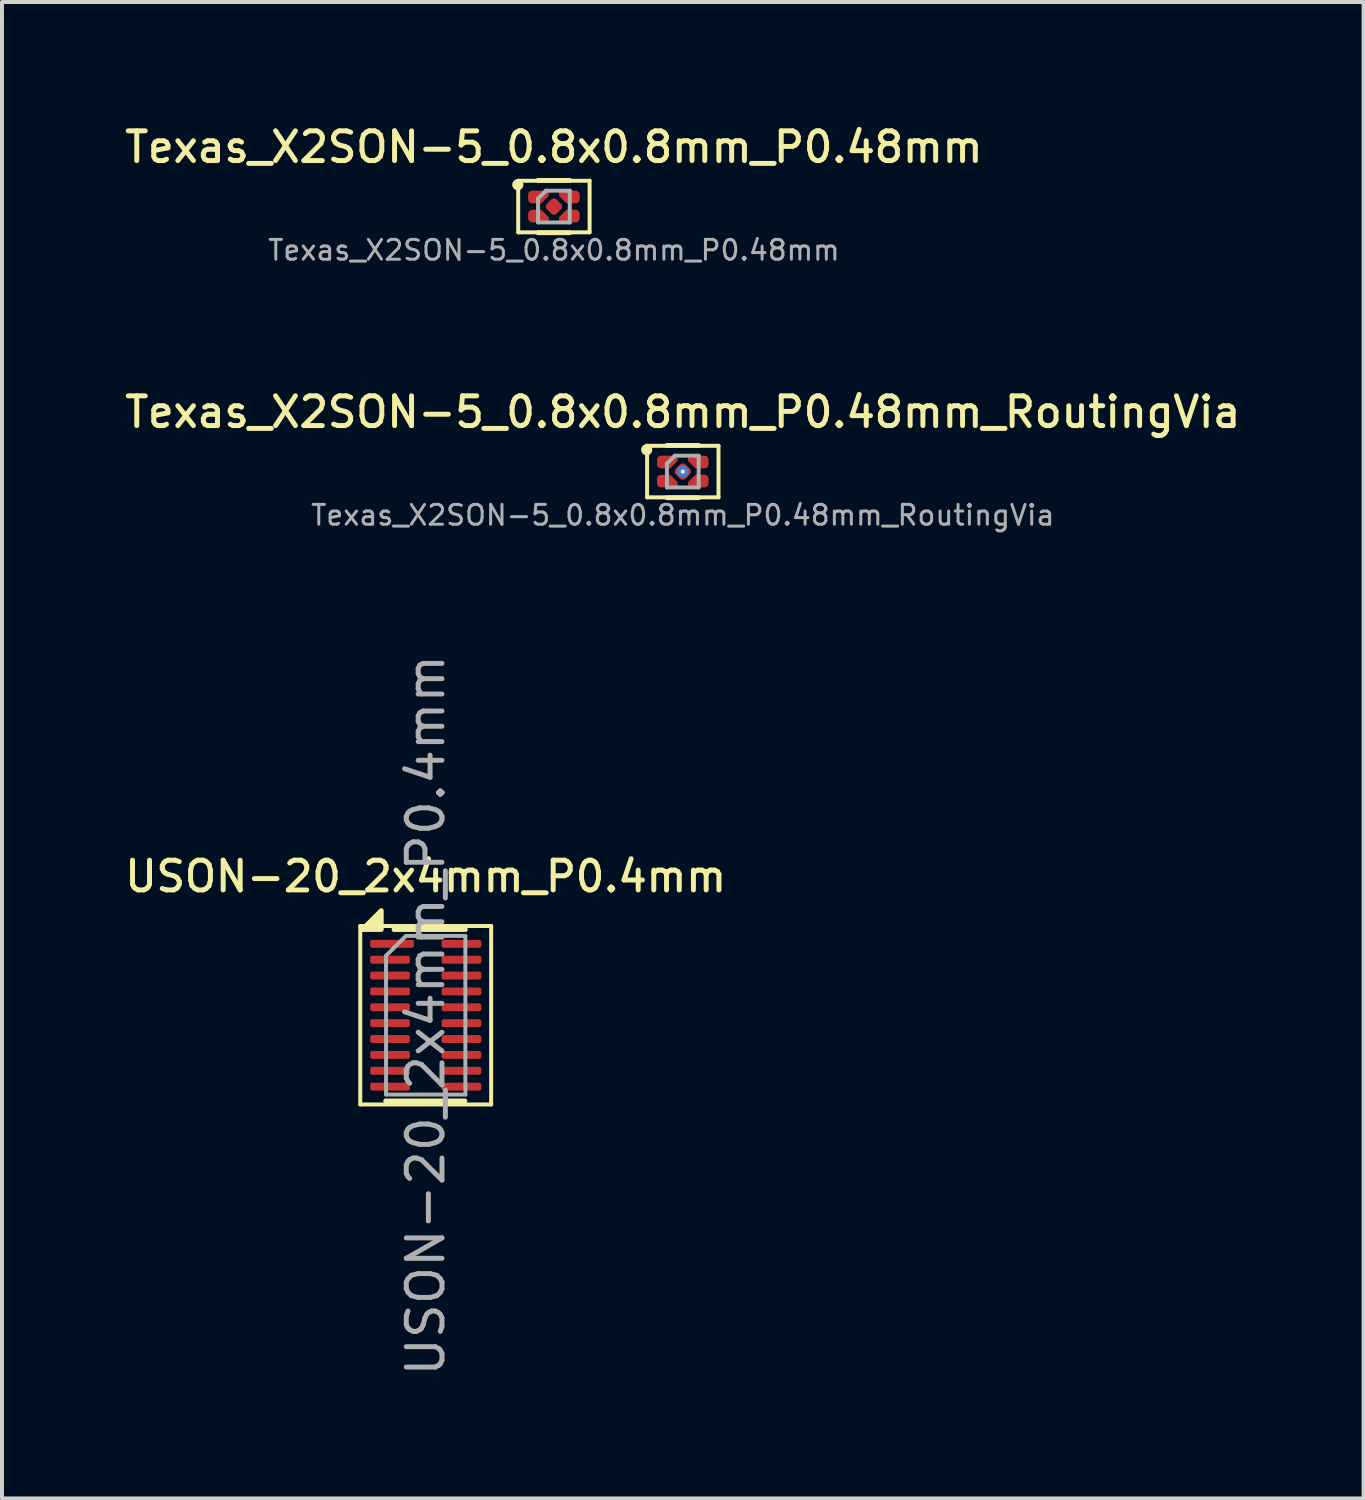
<source format=kicad_pcb>
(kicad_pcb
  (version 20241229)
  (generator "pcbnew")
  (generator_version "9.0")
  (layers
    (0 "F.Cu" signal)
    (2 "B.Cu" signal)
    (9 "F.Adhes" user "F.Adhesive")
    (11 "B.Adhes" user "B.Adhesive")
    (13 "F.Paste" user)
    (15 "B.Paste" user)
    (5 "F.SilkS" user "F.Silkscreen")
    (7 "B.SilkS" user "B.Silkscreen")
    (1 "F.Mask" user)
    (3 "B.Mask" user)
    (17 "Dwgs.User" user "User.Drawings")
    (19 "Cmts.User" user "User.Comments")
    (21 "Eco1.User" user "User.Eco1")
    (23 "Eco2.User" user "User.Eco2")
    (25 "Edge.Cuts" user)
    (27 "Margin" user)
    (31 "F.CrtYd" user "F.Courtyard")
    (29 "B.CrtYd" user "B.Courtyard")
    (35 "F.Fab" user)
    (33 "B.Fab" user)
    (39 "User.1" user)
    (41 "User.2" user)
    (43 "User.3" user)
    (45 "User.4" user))
  (footprint "Texas_X2SON-5_0.8x0.8mm_P0.48mm_RoutingVia"
    (layer "F.Cu")
    (at 14.166 8.84)
    (property "Reference" "Texas_X2SON-5_0.8x0.8mm_P0.48mm_RoutingVia" (at 0 -1.5 0) (layer "F.SilkS") (effects (font (size 0.75 0.75) (thickness 0.125))))
    (attr smd)
    (fp_line (start -0.9 -0.65) (end 0.9 -0.65) (stroke (width 0.1) (type solid)) (layer "F.SilkS"))
    (fp_line (start -0.9 0.65) (end -0.9 -0.65) (stroke (width 0.1) (type solid)) (layer "F.SilkS"))
    (fp_line (start -0.4 -0.66) (end 0.4 -0.66) (stroke (width 0.12) (type solid)) (layer "F.SilkS"))
    (fp_line (start -0.4 0.66) (end 0.4 0.66) (stroke (width 0.12) (type solid)) (layer "F.SilkS"))
    (fp_line (start 0.9 -0.65) (end 0.9 0.65) (stroke (width 0.1) (type solid)) (layer "F.SilkS"))
    (fp_line (start 0.9 0.65) (end -0.9 0.65) (stroke (width 0.1) (type solid)) (layer "F.SilkS"))
    (fp_circle (center -0.91 -0.55) (end -0.77 -0.56) (stroke (width 0) (type solid)) (fill yes) (layer "F.SilkS"))
    (fp_line (start -0.4 -0.2) (end -0.2 -0.4) (stroke (width 0.1) (type solid)) (layer "F.Fab"))
    (fp_line (start -0.4 0.4) (end -0.4 -0.2) (stroke (width 0.1) (type solid)) (layer "F.Fab"))
    (fp_line (start -0.2 -0.4) (end 0.4 -0.4) (stroke (width 0.1) (type solid)) (layer "F.Fab"))
    (fp_line (start 0.4 -0.4) (end 0.4 0.4) (stroke (width 0.1) (type solid)) (layer "F.Fab"))
    (fp_line (start 0.4 0.4) (end -0.4 0.4) (stroke (width 0.1) (type solid)) (layer "F.Fab"))
    (fp_text user "${REFERENCE}" (at 0 1.1 0) (unlocked yes) (layer "F.Fab") (effects (font (size 0.5 0.5) (thickness 0.075))))
    (pad "" smd custom (at -0.39 -0.24) (size 0.15 0.15) (layers "F.Mask" "F.Paste") (options (anchor circle)) (primitives (gr_poly (pts (xy 0.05 0.11) (xy 0.21 -0.05) (xy 0.21 -0.11) (xy -0.16 -0.11) (xy -0.195 -0.095) (xy -0.21 -0.06) (xy -0.21 0.06) (xy -0.195 0.095) (xy -0.16 0.11)) (width 0) (fill yes))))
    (pad "" smd custom (at -0.39 0.24) (size 0.05 0.05) (layers "F.Mask" "F.Paste") (options (anchor circle)) (primitives (gr_poly (pts (xy -0.16 -0.11) (xy 0.05 -0.11) (xy 0.21 0.05) (xy 0.21 0.11) (xy -0.16 0.11) (xy -0.195 0.095) (xy -0.21 0.06) (xy -0.21 -0.06) (xy -0.195 -0.095)) (width 0) (fill yes))))
    (pad "" smd custom (at 0.39 -0.24) (size 0.05 0.05) (layers "F.Mask" "F.Paste") (options (anchor circle)) (primitives (gr_poly (pts (xy 0.16 0.11) (xy -0.05 0.11) (xy -0.21 -0.05) (xy -0.21 -0.11) (xy 0.16 -0.11) (xy 0.195 -0.095) (xy 0.21 -0.06) (xy 0.21 0.06) (xy 0.195 0.095)) (width 0) (fill yes))))
    (pad "" smd custom (at 0.39 0.24) (size 0.15 0.15) (layers "F.Paste") (options (anchor circle)) (primitives (gr_poly (pts (xy -0.05 -0.11) (xy -0.21 0.05) (xy -0.21 0.11) (xy 0.16 0.11) (xy 0.195 0.095) (xy 0.21 0.06) (xy 0.21 -0.06) (xy 0.195 -0.095) (xy 0.16 -0.11)) (width 0) (fill yes))))
    (pad "1" smd custom (at -0.39 -0.24) (size 0.15 0.15) (layers "F.Cu" "F.Mask") (options (anchor circle)) (primitives (gr_poly (pts (xy 0.071 0.16) (xy 0.26 -0.029) (xy 0.26 -0.16) (xy -0.16 -0.16) (xy -0.21 -0.147) (xy -0.247 -0.11) (xy -0.26 -0.06) (xy -0.26 0.06) (xy -0.247 0.11) (xy -0.21 0.147) (xy -0.16 0.16)) (width 0) (fill yes))))
    (pad "2" smd custom (at -0.39 0.24) (size 0.05 0.05) (layers "F.Cu" "F.Mask") (options (anchor circle)) (primitives (gr_poly (pts (xy -0.21 -0.147) (xy -0.16 -0.16) (xy 0.071 -0.16) (xy 0.26 0.029) (xy 0.26 0.16) (xy -0.16 0.16) (xy -0.21 0.147) (xy -0.247 0.11) (xy -0.26 0.06) (xy -0.26 -0.06) (xy -0.247 -0.11)) (width 0) (fill yes))))
    (pad "3" thru_hole circle (at 0 0) (size 0.305 0.305) (drill 0.102) (layers "*.Cu" "*.Mask"))
    (pad "3" smd roundrect (at 0 0 45) (size 0.35 0.35) (layers "F.Cu" "F.Mask" "F.Paste") (roundrect_rratio 0.286))
    (pad "4" smd custom (at 0.39 0.24) (size 0.15 0.15) (layers "F.Cu" "F.Mask") (options (anchor circle)) (primitives (gr_poly (pts (xy -0.071 -0.16) (xy -0.26 0.029) (xy -0.26 0.16) (xy 0.16 0.16) (xy 0.21 0.147) (xy 0.247 0.11) (xy 0.26 0.06) (xy 0.26 -0.06) (xy 0.247 -0.11) (xy 0.21 -0.147) (xy 0.16 -0.16)) (width 0) (fill yes))))
    (pad "5" smd custom (at 0.39 -0.24) (size 0.05 0.05) (layers "F.Cu" "F.Mask") (options (anchor circle)) (primitives (gr_poly (pts (xy 0.21 0.147) (xy 0.16 0.16) (xy -0.071 0.16) (xy -0.26 -0.029) (xy -0.26 -0.16) (xy 0.16 -0.16) (xy 0.21 -0.147) (xy 0.247 -0.11) (xy 0.26 -0.06) (xy 0.26 0.06) (xy 0.247 0.11)) (width 0) (fill yes)))))
  (footprint "Texas_X2SON-5_0.8x0.8mm_P0.48mm"
    (layer "F.Cu")
    (at 10.916 2.158)
    (property "Reference" "Texas_X2SON-5_0.8x0.8mm_P0.48mm" (at 0 -1.5 0) (layer "F.SilkS") (effects (font (size 0.75 0.75) (thickness 0.125))))
    (attr smd)
    (fp_line (start -0.9 -0.65) (end 0.9 -0.65) (stroke (width 0.1) (type solid)) (layer "F.SilkS"))
    (fp_line (start -0.9 0.65) (end -0.9 -0.65) (stroke (width 0.1) (type solid)) (layer "F.SilkS"))
    (fp_line (start -0.4 -0.66) (end 0.4 -0.66) (stroke (width 0.12) (type solid)) (layer "F.SilkS"))
    (fp_line (start -0.4 0.66) (end 0.4 0.66) (stroke (width 0.12) (type solid)) (layer "F.SilkS"))
    (fp_line (start 0.9 -0.65) (end 0.9 0.65) (stroke (width 0.1) (type solid)) (layer "F.SilkS"))
    (fp_line (start 0.9 0.65) (end -0.9 0.65) (stroke (width 0.1) (type solid)) (layer "F.SilkS"))
    (fp_circle (center -0.91 -0.55) (end -0.77 -0.56) (stroke (width 0) (type solid)) (fill yes) (layer "F.SilkS"))
    (fp_line (start -0.4 -0.2) (end -0.2 -0.4) (stroke (width 0.1) (type solid)) (layer "F.Fab"))
    (fp_line (start -0.4 0.4) (end -0.4 -0.2) (stroke (width 0.1) (type solid)) (layer "F.Fab"))
    (fp_line (start -0.2 -0.4) (end 0.4 -0.4) (stroke (width 0.1) (type solid)) (layer "F.Fab"))
    (fp_line (start 0.4 -0.4) (end 0.4 0.4) (stroke (width 0.1) (type solid)) (layer "F.Fab"))
    (fp_line (start 0.4 0.4) (end -0.4 0.4) (stroke (width 0.1) (type solid)) (layer "F.Fab"))
    (fp_text user "${REFERENCE}" (at 0 1.1 0) (unlocked yes) (layer "F.Fab") (effects (font (size 0.5 0.5) (thickness 0.075))))
    (pad "" smd custom (at -0.39 -0.24) (size 0.15 0.15) (layers "F.Mask" "F.Paste") (options (anchor circle)) (primitives (gr_poly (pts (xy 0.05 0.11) (xy 0.21 -0.05) (xy 0.21 -0.11) (xy -0.16 -0.11) (xy -0.195 -0.095) (xy -0.21 -0.06) (xy -0.21 0.06) (xy -0.195 0.095) (xy -0.16 0.11)) (width 0) (fill yes))))
    (pad "" smd custom (at -0.39 0.24) (size 0.05 0.05) (layers "F.Mask" "F.Paste") (options (anchor circle)) (primitives (gr_poly (pts (xy -0.16 -0.11) (xy 0.05 -0.11) (xy 0.21 0.05) (xy 0.21 0.11) (xy -0.16 0.11) (xy -0.195 0.095) (xy -0.21 0.06) (xy -0.21 -0.06) (xy -0.195 -0.095)) (width 0) (fill yes))))
    (pad "" smd custom (at 0.39 -0.24) (size 0.05 0.05) (layers "F.Mask" "F.Paste") (options (anchor circle)) (primitives (gr_poly (pts (xy 0.16 0.11) (xy -0.05 0.11) (xy -0.21 -0.05) (xy -0.21 -0.11) (xy 0.16 -0.11) (xy 0.195 -0.095) (xy 0.21 -0.06) (xy 0.21 0.06) (xy 0.195 0.095)) (width 0) (fill yes))))
    (pad "" smd custom (at 0.39 0.24) (size 0.15 0.15) (layers "F.Paste") (options (anchor circle)) (primitives (gr_poly (pts (xy -0.05 -0.11) (xy -0.21 0.05) (xy -0.21 0.11) (xy 0.16 0.11) (xy 0.195 0.095) (xy 0.21 0.06) (xy 0.21 -0.06) (xy 0.195 -0.095) (xy 0.16 -0.11)) (width 0) (fill yes))))
    (pad "1" smd custom (at -0.39 -0.24) (size 0.15 0.15) (layers "F.Cu" "F.Mask") (options (anchor circle)) (primitives (gr_poly (pts (xy 0.071 0.16) (xy 0.26 -0.029) (xy 0.26 -0.16) (xy -0.16 -0.16) (xy -0.21 -0.147) (xy -0.247 -0.11) (xy -0.26 -0.06) (xy -0.26 0.06) (xy -0.247 0.11) (xy -0.21 0.147) (xy -0.16 0.16)) (width 0) (fill yes))))
    (pad "2" smd custom (at -0.39 0.24) (size 0.05 0.05) (layers "F.Cu" "F.Mask") (options (anchor circle)) (primitives (gr_poly (pts (xy -0.21 -0.147) (xy -0.16 -0.16) (xy 0.071 -0.16) (xy 0.26 0.029) (xy 0.26 0.16) (xy -0.16 0.16) (xy -0.21 0.147) (xy -0.247 0.11) (xy -0.26 0.06) (xy -0.26 -0.06) (xy -0.247 -0.11)) (width 0) (fill yes))))
    (pad "3" smd roundrect (at 0 0 45) (size 0.35 0.35) (layers "F.Cu" "F.Mask" "F.Paste") (roundrect_rratio 0.286))
    (pad "4" smd custom (at 0.39 0.24) (size 0.15 0.15) (layers "F.Cu" "F.Mask") (options (anchor circle)) (primitives (gr_poly (pts (xy -0.071 -0.16) (xy -0.26 0.029) (xy -0.26 0.16) (xy 0.16 0.16) (xy 0.21 0.147) (xy 0.247 0.11) (xy 0.26 0.06) (xy 0.26 -0.06) (xy 0.247 -0.11) (xy 0.21 -0.147) (xy 0.16 -0.16)) (width 0) (fill yes))))
    (pad "5" smd custom (at 0.39 -0.24) (size 0.05 0.05) (layers "F.Cu" "F.Mask") (options (anchor circle)) (primitives (gr_poly (pts (xy 0.21 0.147) (xy 0.16 0.16) (xy -0.071 0.16) (xy -0.26 -0.029) (xy -0.26 -0.16) (xy 0.16 -0.16) (xy 0.21 -0.147) (xy 0.247 -0.11) (xy 0.26 -0.06) (xy 0.26 0.06) (xy 0.247 0.11)) (width 0) (fill yes)))))
  (footprint "USON-20_2x4mm_P0.4mm"
    (layer "F.Cu")
    (at 7.684 22.548)
    (property "Reference" "USON-20_2x4mm_P0.4mm" (at 0 -3.5 0) (layer "F.SilkS") (effects (font (size 0.75 0.75) (thickness 0.125))))
    (attr smd)
    (fp_line (start -1.65 -2.25) (end 1.65 -2.25) (stroke (width 0.1) (type solid)) (layer "F.SilkS"))
    (fp_line (start -1.65 2.25) (end -1.65 -2.25) (stroke (width 0.1) (type solid)) (layer "F.SilkS"))
    (fp_line (start 0.99 2.16) (end -1.01 2.16) (stroke (width 0.12) (type solid)) (layer "F.SilkS"))
    (fp_line (start 1 -2.16) (end -0.8 -2.16) (stroke (width 0.12) (type solid)) (layer "F.SilkS"))
    (fp_line (start 1.65 -2.25) (end 1.65 2.25) (stroke (width 0.1) (type solid)) (layer "F.SilkS"))
    (fp_line (start 1.65 2.25) (end -1.65 2.25) (stroke (width 0.1) (type solid)) (layer "F.SilkS"))
    (fp_poly (pts (xy -1.12 -2.16) (xy -1.6 -2.16) (xy -1.12 -2.64) (xy -1.12 -2.16)) (stroke (width 0.12) (type solid)) (fill yes) (layer "F.SilkS"))
    (fp_line (start -1 2) (end -1 -1.5) (stroke (width 0.1) (type solid)) (layer "F.Fab"))
    (fp_line (start -0.5 -2) (end -1 -1.5) (stroke (width 0.1) (type solid)) (layer "F.Fab"))
    (fp_line (start -0.5 -2) (end 1 -2) (stroke (width 0.1) (type solid)) (layer "F.Fab"))
    (fp_line (start 1 -2) (end 1 2) (stroke (width 0.1) (type solid)) (layer "F.Fab"))
    (fp_line (start 1 2) (end -1 2) (stroke (width 0.1) (type solid)) (layer "F.Fab"))
    (fp_text user "${REFERENCE}" (at 0 0 90) (layer "F.Fab") (effects (font (size 0.9 0.9) (thickness 0.125))))
    (pad "1" smd roundrect (at -0.85 -1.8 270) (size 0.2 1.1) (layers "F.Cu" "F.Mask" "F.Paste") (roundrect_rratio 0.25))
    (pad "2" smd roundrect (at -0.9 -1.4 270) (size 0.2 1) (layers "F.Cu" "F.Mask" "F.Paste") (roundrect_rratio 0.25))
    (pad "3" smd roundrect (at -0.9 -1 270) (size 0.2 1) (layers "F.Cu" "F.Mask" "F.Paste") (roundrect_rratio 0.25))
    (pad "4" smd roundrect (at -0.9 -0.6 270) (size 0.2 1) (layers "F.Cu" "F.Mask" "F.Paste") (roundrect_rratio 0.25))
    (pad "5" smd roundrect (at -0.9 -0.2 270) (size 0.2 1) (layers "F.Cu" "F.Mask" "F.Paste") (roundrect_rratio 0.25))
    (pad "6" smd roundrect (at -0.9 0.2 270) (size 0.2 1) (layers "F.Cu" "F.Mask" "F.Paste") (roundrect_rratio 0.25))
    (pad "7" smd roundrect (at -0.9 0.6 270) (size 0.2 1) (layers "F.Cu" "F.Mask" "F.Paste") (roundrect_rratio 0.25))
    (pad "8" smd roundrect (at -0.9 1 270) (size 0.2 1) (layers "F.Cu" "F.Mask" "F.Paste") (roundrect_rratio 0.25))
    (pad "9" smd roundrect (at -0.9 1.4 270) (size 0.2 1) (layers "F.Cu" "F.Mask" "F.Paste") (roundrect_rratio 0.25))
    (pad "10" smd roundrect (at -0.9 1.8 270) (size 0.2 1) (layers "F.Cu" "F.Mask" "F.Paste") (roundrect_rratio 0.25))
    (pad "11" smd roundrect (at 0.9 1.8 270) (size 0.2 1) (layers "F.Cu" "F.Mask" "F.Paste") (roundrect_rratio 0.25))
    (pad "12" smd roundrect (at 0.9 1.4 270) (size 0.2 1) (layers "F.Cu" "F.Mask" "F.Paste") (roundrect_rratio 0.25))
    (pad "13" smd roundrect (at 0.9 1 270) (size 0.2 1) (layers "F.Cu" "F.Mask" "F.Paste") (roundrect_rratio 0.25))
    (pad "14" smd roundrect (at 0.9 0.6 270) (size 0.2 1) (layers "F.Cu" "F.Mask" "F.Paste") (roundrect_rratio 0.25))
    (pad "15" smd roundrect (at 0.9 0.2 270) (size 0.2 1) (layers "F.Cu" "F.Mask" "F.Paste") (roundrect_rratio 0.25))
    (pad "16" smd roundrect (at 0.9 -0.2 270) (size 0.2 1) (layers "F.Cu" "F.Mask" "F.Paste") (roundrect_rratio 0.25))
    (pad "17" smd roundrect (at 0.9 -0.6 270) (size 0.2 1) (layers "F.Cu" "F.Mask" "F.Paste") (roundrect_rratio 0.25))
    (pad "18" smd roundrect (at 0.9 -1 270) (size 0.2 1) (layers "F.Cu" "F.Mask" "F.Paste") (roundrect_rratio 0.25))
    (pad "19" smd roundrect (at 0.9 -1.4 270) (size 0.2 1) (layers "F.Cu" "F.Mask" "F.Paste") (roundrect_rratio 0.25))
    (pad "20" smd roundrect (at 0.9 -1.8 270) (size 0.2 1) (layers "F.Cu" "F.Mask" "F.Paste") (roundrect_rratio 0.25)))
  (gr_rect
    (start -3 -3)
    (end 31.332 34.731)
    (stroke (width 0.1) (type default))
    (fill no)
    (layer "Edge.Cuts")))
</source>
